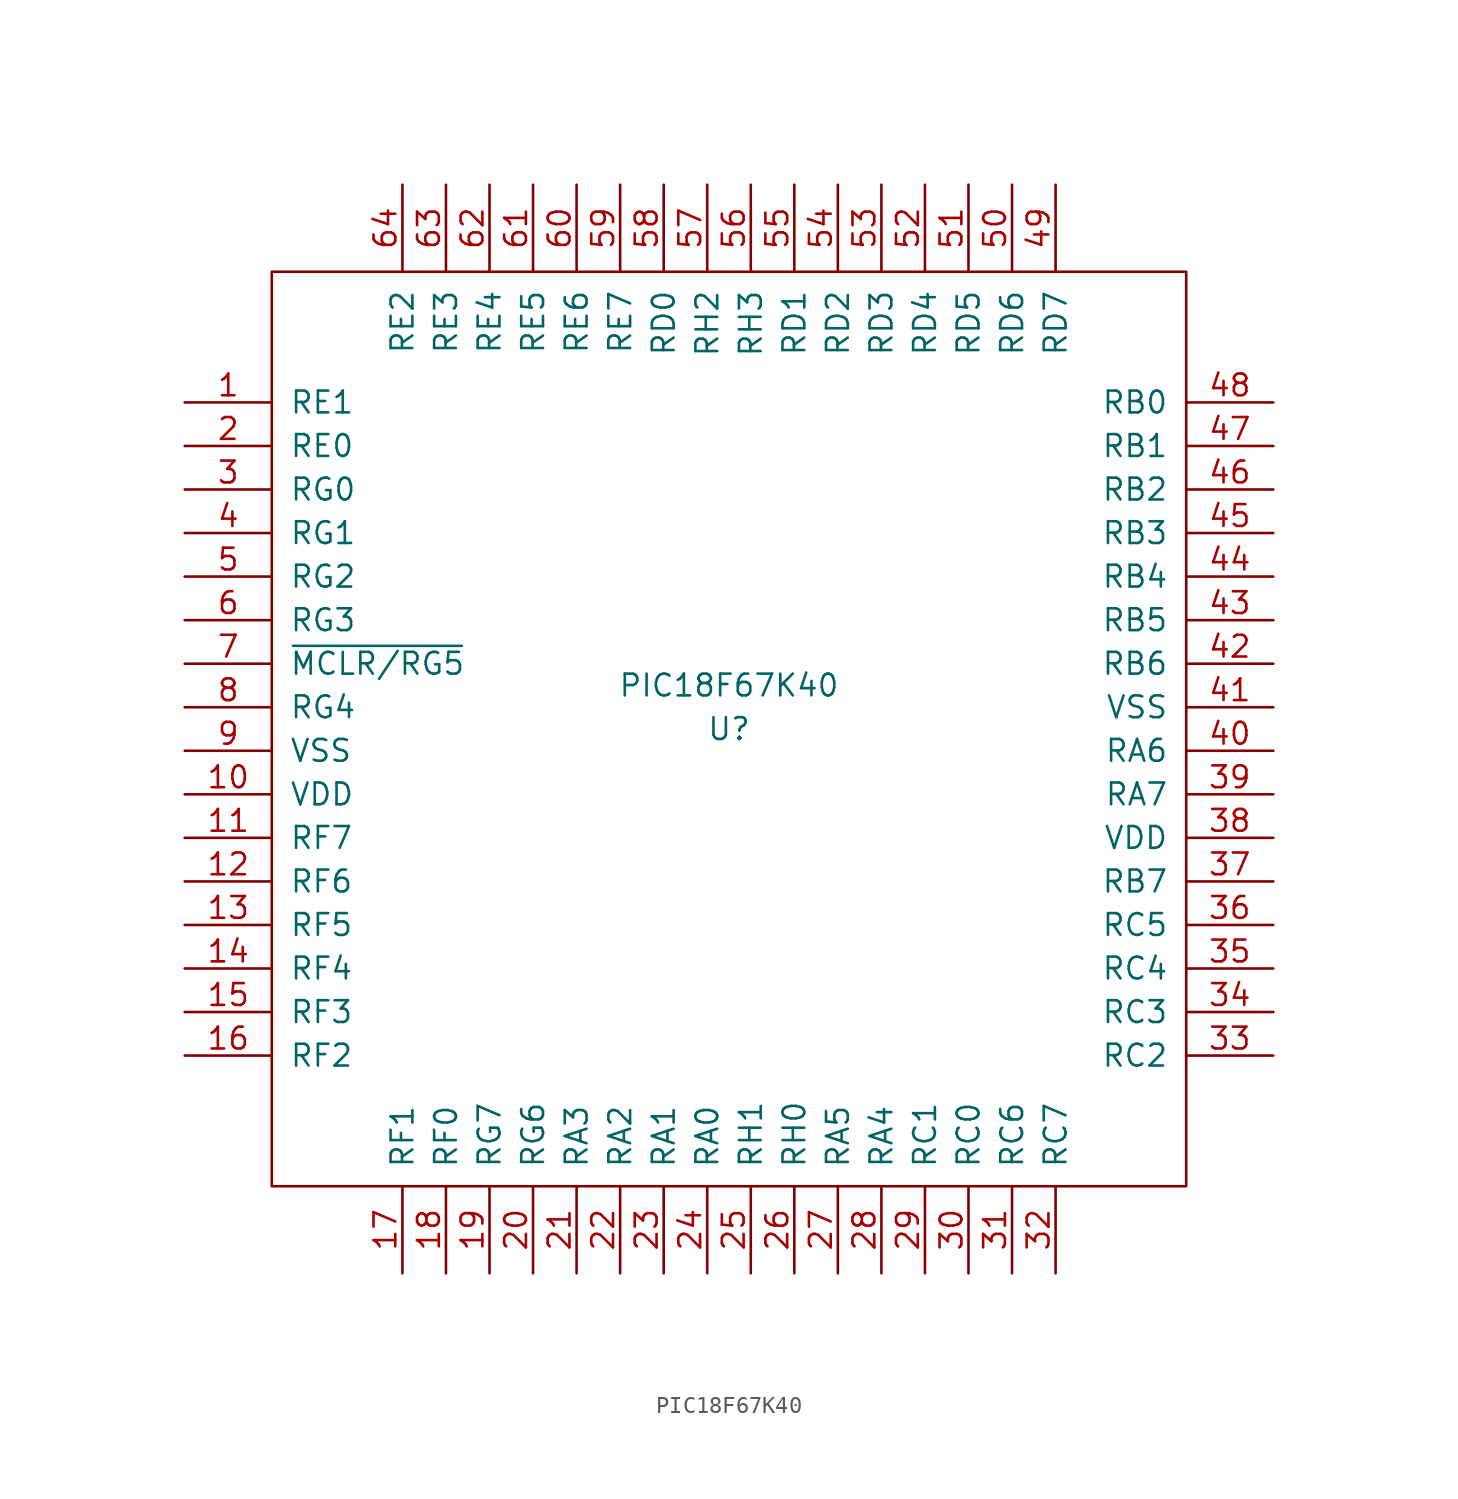
<source format=kicad_sym>
(kicad_symbol_lib
  (version 20211014)
  (generator kicad_symbol_editor)
  (symbol "PIC18F67K40"
    (pin_names
      (offset 1.016))
    (property "Reference" "U"
      (at 0 0 0)
      (effects (font (size 1.27 1.27))))
    (property "Value" "PIC18F67K40"
      (at 0 2.54 0)
      (effects (font (size 1.27 1.27))))
    (symbol "PIC18F67K40_1_1"
      (rectangle (start 26.67 26.67) (end -26.67 -26.67) (stroke (width 0) (type default) (color 0 0 0 0)) (fill (type none)))
      (pin bidirectional line (at -31.75 19.05 0) (length 5.08) (name "RE1" (effects (font (size 1.27 1.27)))) (number "1" (effects (font (size 1.27 1.27)))))
      (pin power_in line (at -31.75 -3.81 0) (length 5.08) (name "VDD" (effects (font (size 1.27 1.27)))) (number "10" (effects (font (size 1.27 1.27)))))
      (pin bidirectional line (at -31.75 -6.35 0) (length 5.08) (name "RF7" (effects (font (size 1.27 1.27)))) (number "11" (effects (font (size 1.27 1.27)))))
      (pin bidirectional line (at -31.75 -8.89 0) (length 5.08) (name "RF6" (effects (font (size 1.27 1.27)))) (number "12" (effects (font (size 1.27 1.27)))))
      (pin bidirectional line (at -31.75 -11.43 0) (length 5.08) (name "RF5" (effects (font (size 1.27 1.27)))) (number "13" (effects (font (size 1.27 1.27)))))
      (pin bidirectional line (at -31.75 -13.97 0) (length 5.08) (name "RF4" (effects (font (size 1.27 1.27)))) (number "14" (effects (font (size 1.27 1.27)))))
      (pin bidirectional line (at -31.75 -16.51 0) (length 5.08) (name "RF3" (effects (font (size 1.27 1.27)))) (number "15" (effects (font (size 1.27 1.27)))))
      (pin bidirectional line (at -31.75 -19.05 0) (length 5.08) (name "RF2" (effects (font (size 1.27 1.27)))) (number "16" (effects (font (size 1.27 1.27)))))
      (pin bidirectional line (at -19.05 -31.75 90) (length 5.08) (name "RF1" (effects (font (size 1.27 1.27)))) (number "17" (effects (font (size 1.27 1.27)))))
      (pin bidirectional line (at -16.51 -31.75 90) (length 5.08) (name "RF0" (effects (font (size 1.27 1.27)))) (number "18" (effects (font (size 1.27 1.27)))))
      (pin bidirectional line (at -13.97 -31.75 90) (length 5.08) (name "RG7" (effects (font (size 1.27 1.27)))) (number "19" (effects (font (size 1.27 1.27)))))
      (pin bidirectional line (at -31.75 16.51 0) (length 5.08) (name "RE0" (effects (font (size 1.27 1.27)))) (number "2" (effects (font (size 1.27 1.27)))))
      (pin bidirectional line (at -11.43 -31.75 90) (length 5.08) (name "RG6" (effects (font (size 1.27 1.27)))) (number "20" (effects (font (size 1.27 1.27)))))
      (pin bidirectional line (at -8.89 -31.75 90) (length 5.08) (name "RA3" (effects (font (size 1.27 1.27)))) (number "21" (effects (font (size 1.27 1.27)))))
      (pin bidirectional line (at -6.35 -31.75 90) (length 5.08) (name "RA2" (effects (font (size 1.27 1.27)))) (number "22" (effects (font (size 1.27 1.27)))))
      (pin bidirectional line (at -3.81 -31.75 90) (length 5.08) (name "RA1" (effects (font (size 1.27 1.27)))) (number "23" (effects (font (size 1.27 1.27)))))
      (pin bidirectional line (at -1.27 -31.75 90) (length 5.08) (name "RA0" (effects (font (size 1.27 1.27)))) (number "24" (effects (font (size 1.27 1.27)))))
      (pin bidirectional line (at 1.27 -31.75 90) (length 5.08) (name "RH1" (effects (font (size 1.27 1.27)))) (number "25" (effects (font (size 1.27 1.27)))))
      (pin bidirectional line (at 3.81 -31.75 90) (length 5.08) (name "RH0" (effects (font (size 1.27 1.27)))) (number "26" (effects (font (size 1.27 1.27)))))
      (pin bidirectional line (at 6.35 -31.75 90) (length 5.08) (name "RA5" (effects (font (size 1.27 1.27)))) (number "27" (effects (font (size 1.27 1.27)))))
      (pin bidirectional line (at 8.89 -31.75 90) (length 5.08) (name "RA4" (effects (font (size 1.27 1.27)))) (number "28" (effects (font (size 1.27 1.27)))))
      (pin bidirectional line (at 11.43 -31.75 90) (length 5.08) (name "RC1" (effects (font (size 1.27 1.27)))) (number "29" (effects (font (size 1.27 1.27)))))
      (pin bidirectional line (at -31.75 13.97 0) (length 5.08) (name "RG0" (effects (font (size 1.27 1.27)))) (number "3" (effects (font (size 1.27 1.27)))))
      (pin bidirectional line (at 13.97 -31.75 90) (length 5.08) (name "RC0" (effects (font (size 1.27 1.27)))) (number "30" (effects (font (size 1.27 1.27)))))
      (pin bidirectional line (at 16.51 -31.75 90) (length 5.08) (name "RC6" (effects (font (size 1.27 1.27)))) (number "31" (effects (font (size 1.27 1.27)))))
      (pin bidirectional line (at 19.05 -31.75 90) (length 5.08) (name "RC7" (effects (font (size 1.27 1.27)))) (number "32" (effects (font (size 1.27 1.27)))))
      (pin bidirectional line (at 31.75 -19.05 180) (length 5.08) (name "RC2" (effects (font (size 1.27 1.27)))) (number "33" (effects (font (size 1.27 1.27)))))
      (pin bidirectional line (at 31.75 -16.51 180) (length 5.08) (name "RC3" (effects (font (size 1.27 1.27)))) (number "34" (effects (font (size 1.27 1.27)))))
      (pin bidirectional line (at 31.75 -13.97 180) (length 5.08) (name "RC4" (effects (font (size 1.27 1.27)))) (number "35" (effects (font (size 1.27 1.27)))))
      (pin bidirectional line (at 31.75 -11.43 180) (length 5.08) (name "RC5" (effects (font (size 1.27 1.27)))) (number "36" (effects (font (size 1.27 1.27)))))
      (pin bidirectional line (at 31.75 -8.89 180) (length 5.08) (name "RB7" (effects (font (size 1.27 1.27)))) (number "37" (effects (font (size 1.27 1.27)))))
      (pin power_in line (at 31.75 -6.35 180) (length 5.08) (name "VDD" (effects (font (size 1.27 1.27)))) (number "38" (effects (font (size 1.27 1.27)))))
      (pin bidirectional line (at 31.75 -3.81 180) (length 5.08) (name "RA7" (effects (font (size 1.27 1.27)))) (number "39" (effects (font (size 1.27 1.27)))))
      (pin bidirectional line (at -31.75 11.43 0) (length 5.08) (name "RG1" (effects (font (size 1.27 1.27)))) (number "4" (effects (font (size 1.27 1.27)))))
      (pin bidirectional line (at 31.75 -1.27 180) (length 5.08) (name "RA6" (effects (font (size 1.27 1.27)))) (number "40" (effects (font (size 1.27 1.27)))))
      (pin power_in line (at 31.75 1.27 180) (length 5.08) (name "VSS" (effects (font (size 1.27 1.27)))) (number "41" (effects (font (size 1.27 1.27)))))
      (pin bidirectional line (at 31.75 3.81 180) (length 5.08) (name "RB6" (effects (font (size 1.27 1.27)))) (number "42" (effects (font (size 1.27 1.27)))))
      (pin bidirectional line (at 31.75 6.35 180) (length 5.08) (name "RB5" (effects (font (size 1.27 1.27)))) (number "43" (effects (font (size 1.27 1.27)))))
      (pin bidirectional line (at 31.75 8.89 180) (length 5.08) (name "RB4" (effects (font (size 1.27 1.27)))) (number "44" (effects (font (size 1.27 1.27)))))
      (pin bidirectional line (at 31.75 11.43 180) (length 5.08) (name "RB3" (effects (font (size 1.27 1.27)))) (number "45" (effects (font (size 1.27 1.27)))))
      (pin bidirectional line (at 31.75 13.97 180) (length 5.08) (name "RB2" (effects (font (size 1.27 1.27)))) (number "46" (effects (font (size 1.27 1.27)))))
      (pin bidirectional line (at 31.75 16.51 180) (length 5.08) (name "RB1" (effects (font (size 1.27 1.27)))) (number "47" (effects (font (size 1.27 1.27)))))
      (pin bidirectional line (at 31.75 19.05 180) (length 5.08) (name "RB0" (effects (font (size 1.27 1.27)))) (number "48" (effects (font (size 1.27 1.27)))))
      (pin bidirectional line (at 19.05 31.75 270) (length 5.08) (name "RD7" (effects (font (size 1.27 1.27)))) (number "49" (effects (font (size 1.27 1.27)))))
      (pin bidirectional line (at -31.75 8.89 0) (length 5.08) (name "RG2" (effects (font (size 1.27 1.27)))) (number "5" (effects (font (size 1.27 1.27)))))
      (pin bidirectional line (at 16.51 31.75 270) (length 5.08) (name "RD6" (effects (font (size 1.27 1.27)))) (number "50" (effects (font (size 1.27 1.27)))))
      (pin bidirectional line (at 13.97 31.75 270) (length 5.08) (name "RD5" (effects (font (size 1.27 1.27)))) (number "51" (effects (font (size 1.27 1.27)))))
      (pin bidirectional line (at 11.43 31.75 270) (length 5.08) (name "RD4" (effects (font (size 1.27 1.27)))) (number "52" (effects (font (size 1.27 1.27)))))
      (pin bidirectional line (at 8.89 31.75 270) (length 5.08) (name "RD3" (effects (font (size 1.27 1.27)))) (number "53" (effects (font (size 1.27 1.27)))))
      (pin bidirectional line (at 6.35 31.75 270) (length 5.08) (name "RD2" (effects (font (size 1.27 1.27)))) (number "54" (effects (font (size 1.27 1.27)))))
      (pin bidirectional line (at 3.81 31.75 270) (length 5.08) (name "RD1" (effects (font (size 1.27 1.27)))) (number "55" (effects (font (size 1.27 1.27)))))
      (pin bidirectional line (at 1.27 31.75 270) (length 5.08) (name "RH3" (effects (font (size 1.27 1.27)))) (number "56" (effects (font (size 1.27 1.27)))))
      (pin bidirectional line (at -1.27 31.75 270) (length 5.08) (name "RH2" (effects (font (size 1.27 1.27)))) (number "57" (effects (font (size 1.27 1.27)))))
      (pin bidirectional line (at -3.81 31.75 270) (length 5.08) (name "RD0" (effects (font (size 1.27 1.27)))) (number "58" (effects (font (size 1.27 1.27)))))
      (pin bidirectional line (at -6.35 31.75 270) (length 5.08) (name "RE7" (effects (font (size 1.27 1.27)))) (number "59" (effects (font (size 1.27 1.27)))))
      (pin bidirectional line (at -31.75 6.35 0) (length 5.08) (name "RG3" (effects (font (size 1.27 1.27)))) (number "6" (effects (font (size 1.27 1.27)))))
      (pin bidirectional line (at -8.89 31.75 270) (length 5.08) (name "RE6" (effects (font (size 1.27 1.27)))) (number "60" (effects (font (size 1.27 1.27)))))
      (pin bidirectional line (at -11.43 31.75 270) (length 5.08) (name "RE5" (effects (font (size 1.27 1.27)))) (number "61" (effects (font (size 1.27 1.27)))))
      (pin bidirectional line (at -13.97 31.75 270) (length 5.08) (name "RE4" (effects (font (size 1.27 1.27)))) (number "62" (effects (font (size 1.27 1.27)))))
      (pin bidirectional line (at -16.51 31.75 270) (length 5.08) (name "RE3" (effects (font (size 1.27 1.27)))) (number "63" (effects (font (size 1.27 1.27)))))
      (pin bidirectional line (at -19.05 31.75 270) (length 5.08) (name "RE2" (effects (font (size 1.27 1.27)))) (number "64" (effects (font (size 1.27 1.27)))))
      (pin bidirectional line (at -31.75 3.81 0) (length 5.08) (name "~{MCLR/RG5}" (effects (font (size 1.27 1.27)))) (number "7" (effects (font (size 1.27 1.27)))))
      (pin bidirectional line (at -31.75 1.27 0) (length 5.08) (name "RG4" (effects (font (size 1.27 1.27)))) (number "8" (effects (font (size 1.27 1.27)))))
      (pin power_in line (at -31.75 -1.27 0) (length 5.08) (name "VSS" (effects (font (size 1.27 1.27)))) (number "9" (effects (font (size 1.27 1.27))))))))
</source>
